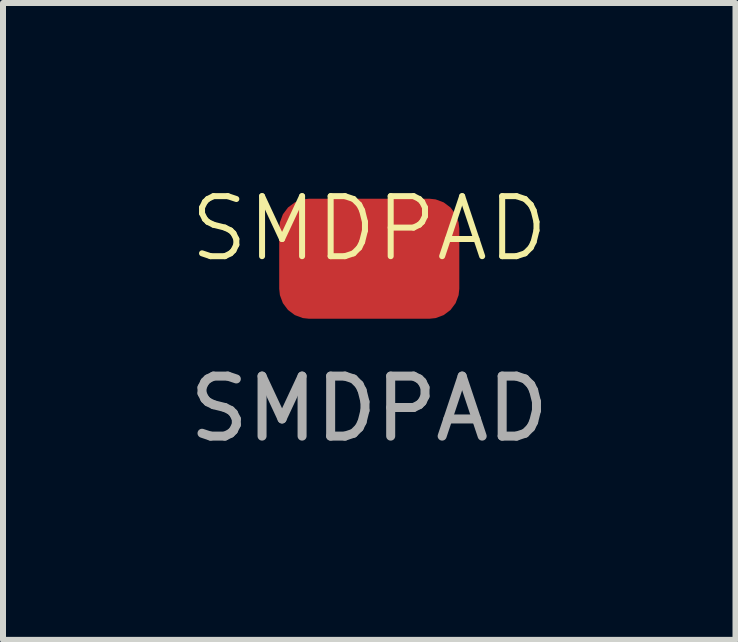
<source format=kicad_pcb>
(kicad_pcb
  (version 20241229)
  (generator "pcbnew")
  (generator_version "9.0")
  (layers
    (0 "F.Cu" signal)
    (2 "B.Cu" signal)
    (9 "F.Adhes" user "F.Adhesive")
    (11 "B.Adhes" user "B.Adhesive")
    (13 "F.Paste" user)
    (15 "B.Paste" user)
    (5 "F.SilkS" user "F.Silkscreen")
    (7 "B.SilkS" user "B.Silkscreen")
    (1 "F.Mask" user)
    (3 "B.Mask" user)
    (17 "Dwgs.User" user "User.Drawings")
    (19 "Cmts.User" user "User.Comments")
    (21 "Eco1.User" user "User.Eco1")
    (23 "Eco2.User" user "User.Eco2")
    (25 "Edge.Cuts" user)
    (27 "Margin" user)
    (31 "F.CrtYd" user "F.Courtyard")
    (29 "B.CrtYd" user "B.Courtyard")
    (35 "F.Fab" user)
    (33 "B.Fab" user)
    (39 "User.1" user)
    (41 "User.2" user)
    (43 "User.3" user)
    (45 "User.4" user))
  (footprint "SMDPAD"
    (layer "F.Cu")
    (at 3.101 1.26)
    (property "Reference" "SMDPAD" (at 0 -0.5 0) (unlocked yes) (layer "F.SilkS") (effects (font (size 1 1) (thickness 0.1))))
    (attr smd)
    (fp_text user "${REFERENCE}" (at 0 2.5 0) (unlocked yes) (layer "F.Fab") (effects (font (size 1 1) (thickness 0.15))))
    (pad "1" smd roundrect (at 0 0) (size 3 2) (layers "F.Cu" "F.Mask" "F.Paste") (roundrect_rratio 0.25)))
  (gr_rect
    (start -3 -3)
    (end 9.202 7.609)
    (stroke (width 0.1) (type default))
    (fill no)
    (layer "Edge.Cuts")))
</source>
